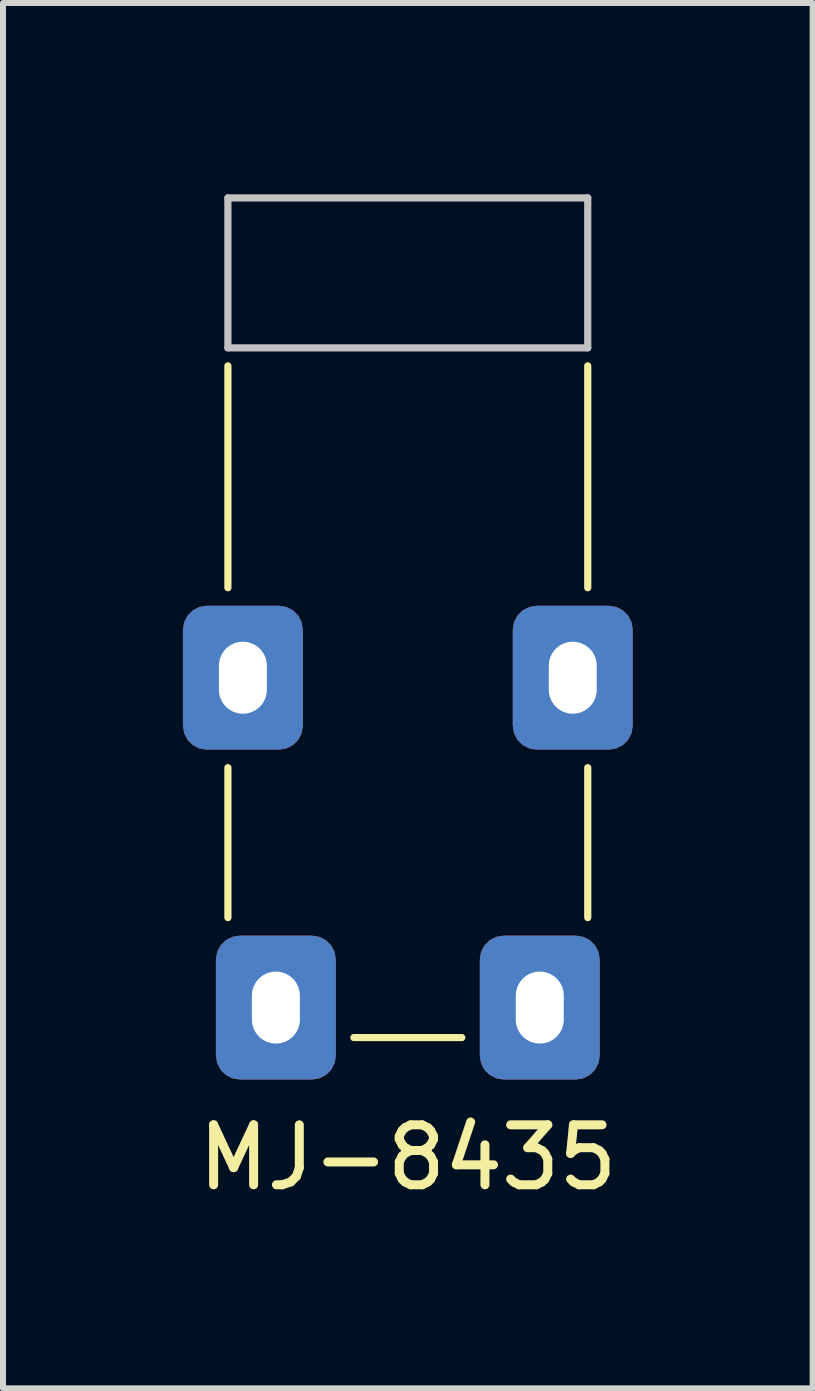
<source format=kicad_pcb>
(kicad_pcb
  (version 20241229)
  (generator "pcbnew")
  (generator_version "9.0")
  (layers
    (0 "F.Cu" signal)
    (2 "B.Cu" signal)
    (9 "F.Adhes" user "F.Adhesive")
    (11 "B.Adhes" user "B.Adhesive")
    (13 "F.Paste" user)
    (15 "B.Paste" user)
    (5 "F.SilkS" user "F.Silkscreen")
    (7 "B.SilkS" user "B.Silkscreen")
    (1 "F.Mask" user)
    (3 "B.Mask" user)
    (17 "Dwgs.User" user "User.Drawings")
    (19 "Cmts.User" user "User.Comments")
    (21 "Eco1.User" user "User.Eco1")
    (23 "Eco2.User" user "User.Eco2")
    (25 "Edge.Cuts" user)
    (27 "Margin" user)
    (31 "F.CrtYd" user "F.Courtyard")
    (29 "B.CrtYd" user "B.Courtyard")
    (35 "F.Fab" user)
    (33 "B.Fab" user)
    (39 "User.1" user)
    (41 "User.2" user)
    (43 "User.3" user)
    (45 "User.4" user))
  (footprint "MJ-8435"
    (layer "F.Cu")
    (at 3.75 0.25)
    (property "Reference" "MJ-8435" (at 0 16 0) (layer "F.SilkS") (effects (font (size 1 1) (thickness 0.15))))
    (attr through_hole)
    (fp_line (start -3 6.5) (end -3 2.8) (stroke (width 0.12) (type solid)) (layer "F.SilkS"))
    (fp_line (start -3 12) (end -3 9.5) (stroke (width 0.12) (type solid)) (layer "F.SilkS"))
    (fp_line (start 0.9 14) (end -0.9 14) (stroke (width 0.12) (type solid)) (layer "F.SilkS"))
    (fp_line (start 3 6.5) (end 3 2.8) (stroke (width 0.12) (type solid)) (layer "F.SilkS"))
    (fp_line (start 3 12) (end 3 9.5) (stroke (width 0.12) (type solid)) (layer "F.SilkS"))
    (fp_line (start -3 0) (end -3 2.5) (stroke (width 0.12) (type solid)) (layer "Dwgs.User"))
    (fp_line (start -3 2.5) (end 3 2.5) (stroke (width 0.12) (type solid)) (layer "Dwgs.User"))
    (fp_line (start 3 0) (end -3 0) (stroke (width 0.12) (type solid)) (layer "Dwgs.User"))
    (fp_line (start 3 2.5) (end 3 0) (stroke (width 0.12) (type solid)) (layer "Dwgs.User"))
    (pad "R" thru_hole roundrect (at 2.2 13.5) (size 2 2.4) (drill oval 0.8 1.2) (layers "*.Cu" "*.Mask") (roundrect_rratio 0.2))
    (pad "S" thru_hole roundrect (at -2.2 13.5) (size 2 2.4) (drill oval 0.8 1.2) (layers "*.Cu" "*.Mask") (roundrect_rratio 0.2))
    (pad "T" thru_hole roundrect (at -2.75 8) (size 2 2.4) (drill oval 0.8 1.2) (layers "*.Cu" "*.Mask") (roundrect_rratio 0.2))
    (pad "T" thru_hole roundrect (at 2.75 8) (size 2 2.4) (drill oval 0.8 1.2) (layers "*.Cu" "*.Mask") (roundrect_rratio 0.2)))
  (gr_rect
    (start -3 -3)
    (end 10.5 20.098)
    (stroke (width 0.1) (type default))
    (fill no)
    (layer "Edge.Cuts")))
</source>
